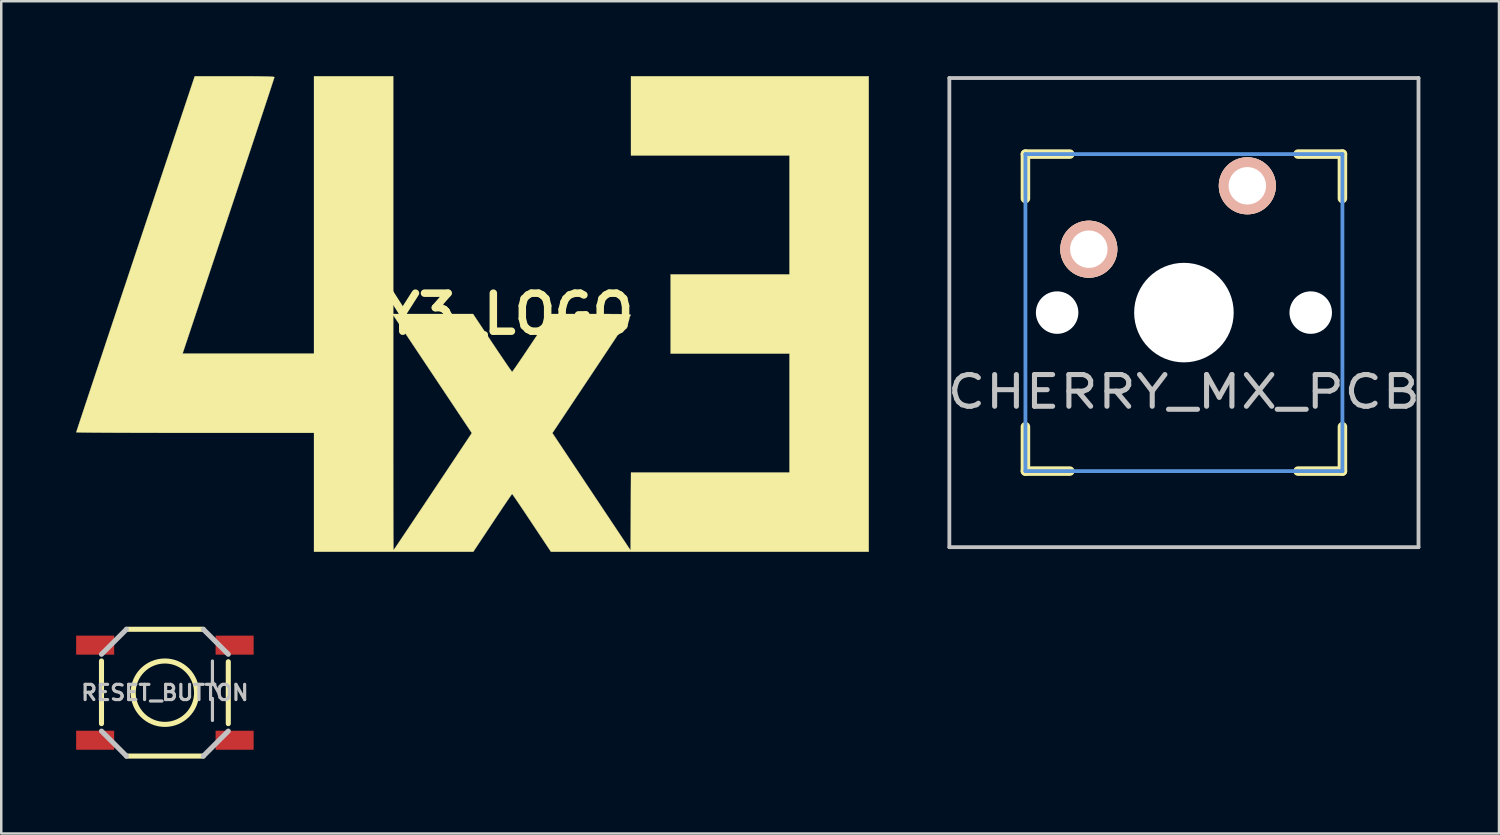
<source format=kicad_pcb>
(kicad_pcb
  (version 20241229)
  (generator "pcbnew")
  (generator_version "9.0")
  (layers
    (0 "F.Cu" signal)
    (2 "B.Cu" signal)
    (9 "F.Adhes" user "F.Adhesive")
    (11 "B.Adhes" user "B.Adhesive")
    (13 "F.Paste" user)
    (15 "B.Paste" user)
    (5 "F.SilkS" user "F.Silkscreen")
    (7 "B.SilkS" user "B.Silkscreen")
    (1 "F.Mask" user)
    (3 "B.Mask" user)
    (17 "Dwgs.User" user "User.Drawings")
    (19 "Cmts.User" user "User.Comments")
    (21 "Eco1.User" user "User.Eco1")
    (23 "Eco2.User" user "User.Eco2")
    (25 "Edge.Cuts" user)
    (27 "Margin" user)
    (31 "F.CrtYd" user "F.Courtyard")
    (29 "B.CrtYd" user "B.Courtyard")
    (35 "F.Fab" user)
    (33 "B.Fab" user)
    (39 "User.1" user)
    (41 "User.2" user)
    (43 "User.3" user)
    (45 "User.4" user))
  (footprint "4BY3_LOGO"
    (layer "F.Cu")
    (at 15.88 9.53)
    (property "Reference" "4BY3_LOGO" (at 0 0 0) (layer "F.SilkS") (effects (font (size 1.524 1.524) (thickness 0.3))))
    (attr through_hole)
    (fp_poly (pts (xy -9.159 -9.525) (xy -8.845 -9.524) (xy -8.585 -9.522) (xy -8.376 -9.519) (xy -8.213 -9.515) (xy -8.093 -9.511) (xy -8.009 -9.505) (xy -7.96 -9.497) (xy -7.939 -9.488) (xy -7.938 -9.485) (xy -7.947 -9.451) (xy -7.976 -9.36) (xy -8.024 -9.215) (xy -8.088 -9.019) (xy -8.168 -8.774) (xy -8.264 -8.484) (xy -8.373 -8.152) (xy -8.496 -7.781) (xy -8.631 -7.374) (xy -8.777 -6.933) (xy -8.933 -6.462) (xy -9.099 -5.965) (xy -9.272 -5.443) (xy -9.453 -4.9) (xy -9.64 -4.338) (xy -9.776 -3.929) (xy -11.615 1.587) (xy -6.35 1.587) (xy -6.35 -9.525) (xy -3.175 -9.525) (xy -3.175 0) (xy 0.022 0) (xy 0.794 1.159) (xy 0.955 1.401) (xy 1.107 1.626) (xy 1.244 1.828) (xy 1.363 2.003) (xy 1.46 2.144) (xy 1.533 2.247) (xy 1.576 2.306) (xy 1.587 2.318) (xy 1.609 2.292) (xy 1.662 2.219) (xy 1.743 2.104) (xy 1.847 1.951) (xy 1.973 1.767) (xy 2.114 1.558) (xy 2.269 1.327) (xy 2.381 1.159) (xy 3.153 0) (xy 4.755 0) (xy 5.12 0.000211) (xy 5.427 0.001) (xy 5.68 0.002) (xy 5.884 0.004) (xy 6.043 0.008) (xy 6.163 0.012) (xy 6.247 0.017) (xy 6.302 0.024) (xy 6.331 0.032) (xy 6.34 0.041) (xy 6.34 0.044) (xy 6.32 0.077) (xy 6.267 0.158) (xy 6.185 0.285) (xy 6.074 0.453) (xy 5.939 0.658) (xy 5.781 0.897) (xy 5.603 1.165) (xy 5.408 1.459) (xy 5.197 1.776) (xy 4.975 2.11) (xy 4.762 2.43) (xy 3.201 4.77) (xy 4.768 7.12) (xy 6.334 9.47) (xy 6.342 7.91) (xy 6.351 6.35) (xy 12.7 6.35) (xy 12.7 1.587) (xy 7.938 1.587) (xy 7.938 -1.587) (xy 12.7 -1.587) (xy 12.7 -6.35) (xy 6.35 -6.35) (xy 6.35 -9.525) (xy 15.875 -9.525) (xy 15.875 9.525) (xy 3.143 9.525) (xy 2.373 8.367) (xy 2.212 8.125) (xy 2.062 7.9) (xy 1.926 7.698) (xy 1.808 7.524) (xy 1.711 7.382) (xy 1.64 7.28) (xy 1.598 7.221) (xy 1.587 7.209) (xy 1.567 7.235) (xy 1.515 7.308) (xy 1.436 7.423) (xy 1.332 7.575) (xy 1.208 7.759) (xy 1.067 7.969) (xy 0.913 8.2) (xy 0.802 8.367) (xy 0.032 9.525) (xy -6.35 9.525) (xy -6.35 4.763) (xy -11.113 4.763) (xy -11.657 4.762) (xy -12.184 4.762) (xy -12.69 4.761) (xy -13.171 4.76) (xy -13.625 4.759) (xy -14.047 4.757) (xy -14.434 4.756) (xy -14.644 4.755) (xy -3.175 4.755) (xy -3.175 5.296) (xy -3.175 5.82) (xy -3.174 6.322) (xy -3.174 6.8) (xy -3.173 7.25) (xy -3.173 7.669) (xy -3.172 8.052) (xy -3.171 8.397) (xy -3.17 8.7) (xy -3.169 8.957) (xy -3.168 9.165) (xy -3.167 9.321) (xy -3.166 9.421) (xy -3.164 9.461) (xy -3.164 9.461) (xy -3.145 9.436) (xy -3.094 9.361) (xy -3.012 9.241) (xy -2.903 9.079) (xy -2.769 8.879) (xy -2.612 8.645) (xy -2.435 8.381) (xy -2.241 8.09) (xy -2.031 7.777) (xy -1.809 7.444) (xy -1.59 7.116) (xy -0.027 4.77) (xy -1.601 2.409) (xy -3.175 0.048) (xy -3.175 4.755) (xy -14.644 4.755) (xy -14.782 4.754) (xy -15.089 4.752) (xy -15.351 4.75) (xy -15.563 4.747) (xy -15.723 4.745) (xy -15.828 4.742) (xy -15.873 4.739) (xy -15.875 4.739) (xy -15.865 4.707) (xy -15.836 4.617) (xy -15.789 4.473) (xy -15.724 4.276) (xy -15.642 4.03) (xy -15.545 3.736) (xy -15.433 3.398) (xy -15.307 3.018) (xy -15.168 2.599) (xy -15.016 2.144) (xy -14.853 1.655) (xy -14.68 1.134) (xy -14.498 0.585) (xy -14.306 0.01) (xy -14.107 -0.589) (xy -13.9 -1.208) (xy -13.688 -1.846) (xy -13.502 -2.405) (xy -11.128 -9.525) (xy -9.533 -9.525) (xy -9.159 -9.525)) (stroke (width 0.01) (type solid)) (fill yes) (layer "F.SilkS")))
  (footprint "CHERRY_MX_PCB"
    (layer "F.Cu")
    (at 44.383 9.474)
    (property "Reference" "CHERRY_MX_PCB" (at 0 3.175 0) (layer "Dwgs.User") (effects (font (size 1.27 1.524) (thickness 0.203))))
    (attr through_hole)
    (fp_line (start -6.35 -6.35) (end -4.572 -6.35) (stroke (width 0.381) (type solid)) (layer "F.SilkS"))
    (fp_line (start -6.35 -4.572) (end -6.35 -6.35) (stroke (width 0.381) (type solid)) (layer "F.SilkS"))
    (fp_line (start -6.35 6.35) (end -6.35 4.572) (stroke (width 0.381) (type solid)) (layer "F.SilkS"))
    (fp_line (start -4.572 6.35) (end -6.35 6.35) (stroke (width 0.381) (type solid)) (layer "F.SilkS"))
    (fp_line (start 4.572 -6.35) (end 6.35 -6.35) (stroke (width 0.381) (type solid)) (layer "F.SilkS"))
    (fp_line (start 6.35 -6.35) (end 6.35 -4.572) (stroke (width 0.381) (type solid)) (layer "F.SilkS"))
    (fp_line (start 6.35 4.572) (end 6.35 6.35) (stroke (width 0.381) (type solid)) (layer "F.SilkS"))
    (fp_line (start 6.35 6.35) (end 4.572 6.35) (stroke (width 0.381) (type solid)) (layer "F.SilkS"))
    (fp_line (start -9.398 -9.398) (end 9.398 -9.398) (stroke (width 0.152) (type solid)) (layer "Dwgs.User"))
    (fp_line (start -9.398 9.398) (end -9.398 -9.398) (stroke (width 0.152) (type solid)) (layer "Dwgs.User"))
    (fp_line (start 9.398 -9.398) (end 9.398 9.398) (stroke (width 0.152) (type solid)) (layer "Dwgs.User"))
    (fp_line (start 9.398 9.398) (end -9.398 9.398) (stroke (width 0.152) (type solid)) (layer "Dwgs.User"))
    (fp_line (start -6.35 -6.35) (end 6.35 -6.35) (stroke (width 0.152) (type solid)) (layer "Cmts.User"))
    (fp_line (start -6.35 6.35) (end -6.35 -6.35) (stroke (width 0.152) (type solid)) (layer "Cmts.User"))
    (fp_line (start 6.35 -6.35) (end 6.35 6.35) (stroke (width 0.152) (type solid)) (layer "Cmts.User"))
    (fp_line (start 6.35 6.35) (end -6.35 6.35) (stroke (width 0.152) (type solid)) (layer "Cmts.User"))
    (fp_line (start -6.985 -6.985) (end 6.985 -6.985) (stroke (width 0.152) (type solid)) (layer "Eco2.User"))
    (fp_line (start -6.985 6.985) (end -6.985 -6.985) (stroke (width 0.152) (type solid)) (layer "Eco2.User"))
    (fp_line (start 6.985 -6.985) (end 6.985 6.985) (stroke (width 0.152) (type solid)) (layer "Eco2.User"))
    (fp_line (start 6.985 6.985) (end -6.985 6.985) (stroke (width 0.152) (type solid)) (layer "Eco2.User"))
    (pad "" np_thru_hole circle (at -5.08 0) (size 1.702 1.702) (drill 1.702) (layers "*.Cu"))
    (pad "" np_thru_hole circle (at 0 0) (size 3.988 3.988) (drill 3.988) (layers "*.Cu"))
    (pad "" np_thru_hole circle (at 5.08 0) (size 1.702 1.702) (drill 1.702) (layers "*.Cu"))
    (pad "1" thru_hole circle (at 2.54 -5.08) (size 2.286 2.286) (drill 1.499) (layers "*.Cu" "*.SilkS" "*.Mask"))
    (pad "2" thru_hole circle (at -3.81 -2.54) (size 2.286 2.286) (drill 1.499) (layers "*.Cu" "*.SilkS" "*.Mask")))
  (footprint "RESET_BUTTON"
    (layer "F.Cu")
    (at 3.556 24.702)
    (property "Reference" "RESET_BUTTON" (at 0 0 0) (layer "Dwgs.User") (effects (font (size 0.61 0.61) (thickness 0.127))))
    (attr smd)
    (fp_line (start -2.54 1.24) (end -2.54 -1.27) (stroke (width 0.203) (type solid)) (layer "F.SilkS"))
    (fp_line (start -1.539 -2.54) (end 1.539 -2.54) (stroke (width 0.203) (type solid)) (layer "F.SilkS"))
    (fp_line (start 1.539 2.54) (end -1.539 2.54) (stroke (width 0.203) (type solid)) (layer "F.SilkS"))
    (fp_line (start 2.54 -1.24) (end 2.54 1.24) (stroke (width 0.203) (type solid)) (layer "F.SilkS"))
    (fp_circle (center 0 0) (end 0 -1.27) (stroke (width 0.203) (type solid)) (fill no) (layer "F.SilkS"))
    (fp_line (start -2.54 -1.539) (end -1.539 -2.54) (stroke (width 0.203) (type solid)) (layer "Dwgs.User"))
    (fp_line (start -1.539 2.54) (end -2.54 1.539) (stroke (width 0.203) (type solid)) (layer "Dwgs.User"))
    (fp_line (start 1.539 -2.54) (end 2.54 -1.539) (stroke (width 0.203) (type solid)) (layer "Dwgs.User"))
    (fp_line (start 1.905 -1.27) (end 1.905 -0.445) (stroke (width 0.127) (type solid)) (layer "Dwgs.User"))
    (fp_line (start 1.905 -0.445) (end 2.159 0.008) (stroke (width 0.127) (type solid)) (layer "Dwgs.User"))
    (fp_line (start 1.905 0.229) (end 1.905 1.113) (stroke (width 0.127) (type solid)) (layer "Dwgs.User"))
    (fp_line (start 2.54 1.539) (end 1.539 2.54) (stroke (width 0.203) (type solid)) (layer "Dwgs.User"))
    (pad "1" smd rect (at -2.794 -1.905 90) (size 0.762 1.524) (layers "F.Cu" "F.Mask" "F.Paste"))
    (pad "2" smd rect (at 2.794 -1.905 90) (size 0.762 1.524) (layers "F.Cu" "F.Mask" "F.Paste"))
    (pad "3" smd rect (at -2.794 1.905 90) (size 0.762 1.524) (layers "F.Cu" "F.Mask" "F.Paste"))
    (pad "4" smd rect (at 2.794 1.905 90) (size 0.762 1.524) (layers "F.Cu" "F.Mask" "F.Paste")))
  (gr_rect
    (start -3 -3)
    (end 57.006 30.343)
    (stroke (width 0.1) (type default))
    (fill no)
    (layer "Edge.Cuts")))
</source>
